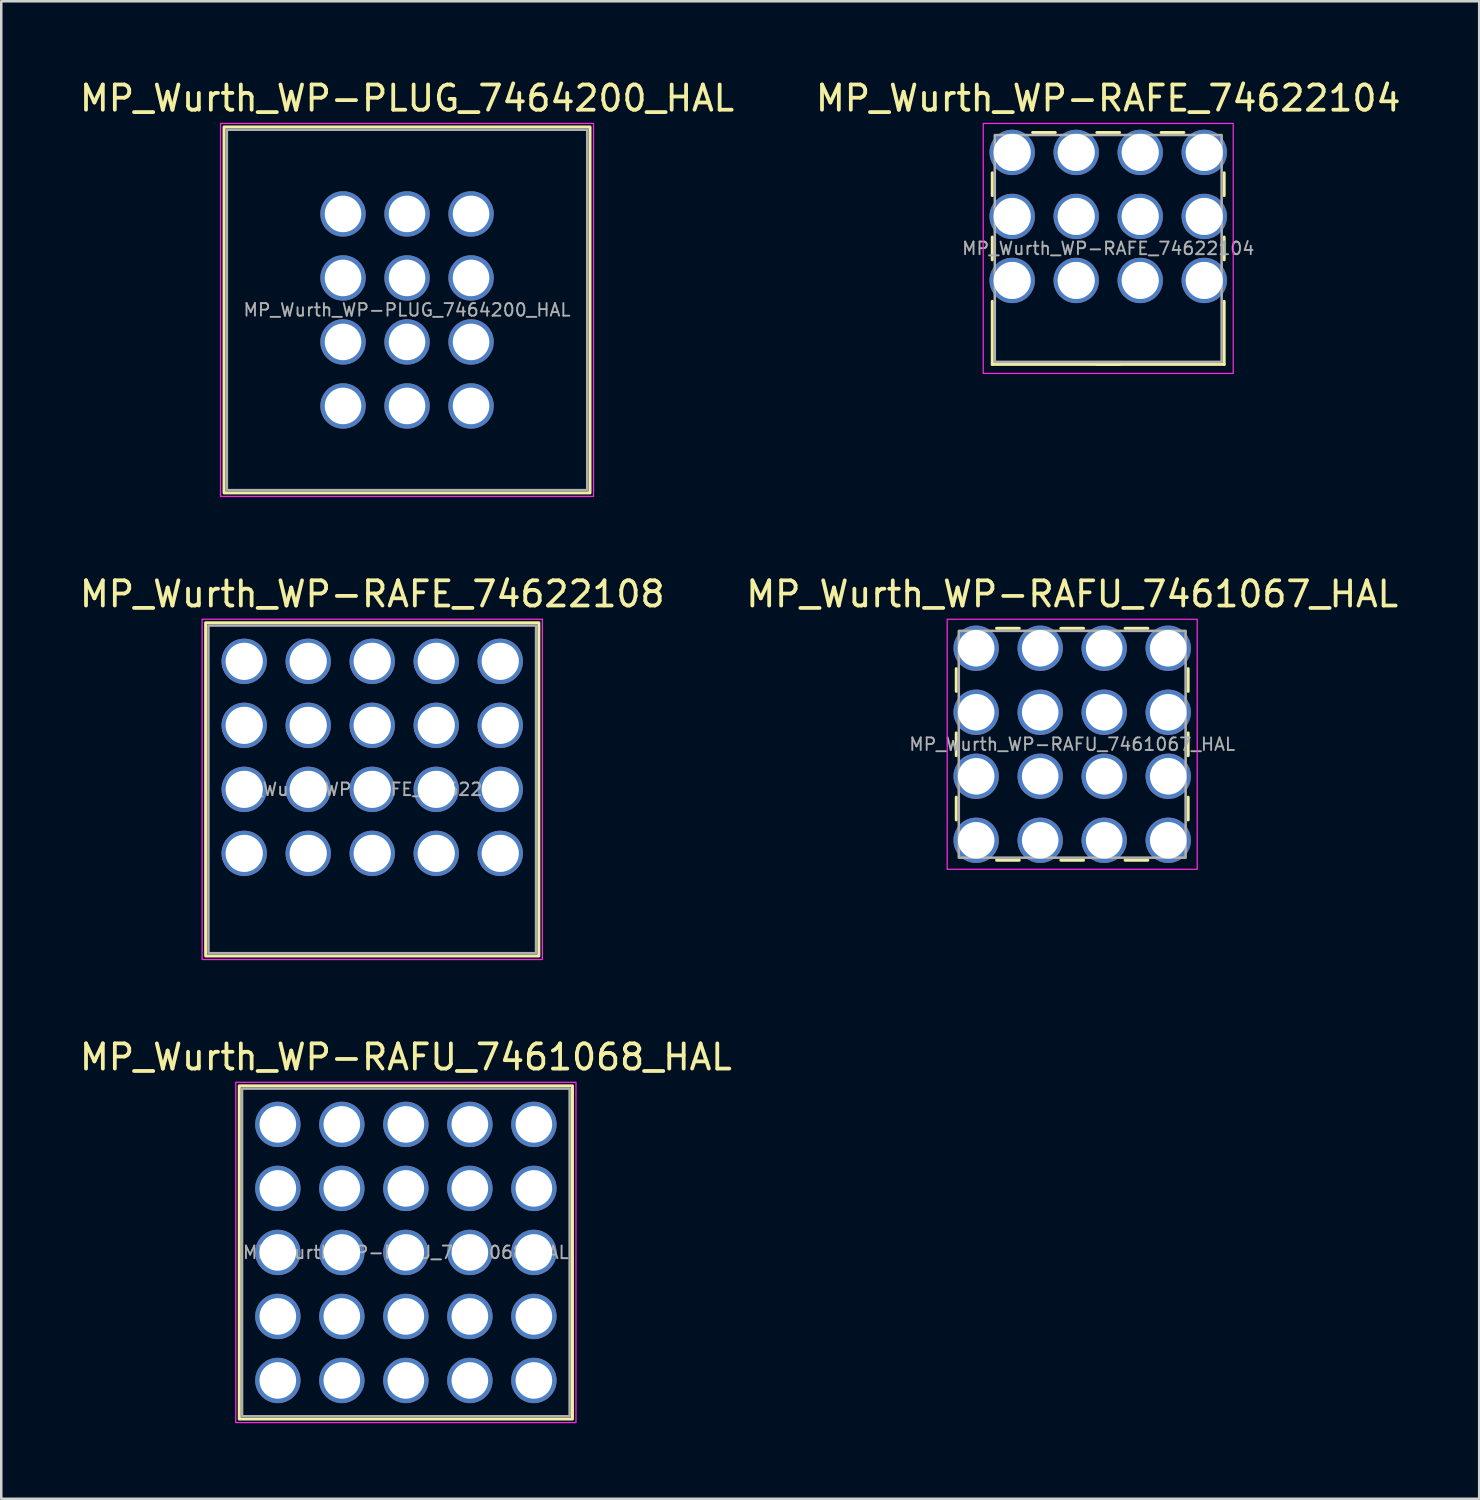
<source format=kicad_pcb>
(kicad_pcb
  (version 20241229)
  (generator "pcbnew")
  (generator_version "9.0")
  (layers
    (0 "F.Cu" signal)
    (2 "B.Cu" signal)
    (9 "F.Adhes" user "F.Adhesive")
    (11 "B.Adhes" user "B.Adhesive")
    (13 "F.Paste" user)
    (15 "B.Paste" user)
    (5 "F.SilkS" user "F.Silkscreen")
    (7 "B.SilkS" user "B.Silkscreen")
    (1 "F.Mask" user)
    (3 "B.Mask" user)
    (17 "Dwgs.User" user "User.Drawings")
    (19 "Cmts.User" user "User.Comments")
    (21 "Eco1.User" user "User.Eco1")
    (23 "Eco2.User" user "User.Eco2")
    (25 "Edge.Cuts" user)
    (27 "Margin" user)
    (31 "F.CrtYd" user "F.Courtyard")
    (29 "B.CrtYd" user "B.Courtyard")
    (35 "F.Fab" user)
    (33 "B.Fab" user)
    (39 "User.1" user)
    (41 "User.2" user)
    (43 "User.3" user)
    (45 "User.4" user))
  (footprint "MP_Wurth_WP-RAFU_7461067_HAL"
    (layer "F.Cu")
    (at 39.494 26.482)
    (property "Reference" "MP_Wurth_WP-RAFU_7461067_HAL" (at 0 -5.96 0) (unlocked yes) (layer "F.SilkS") (effects (font (size 1 1) (thickness 0.15))))
    (attr through_hole)
    (fp_line (start -4.6 -2.1) (end -4.6 -3) (stroke (width 0.12) (type solid)) (layer "F.SilkS"))
    (fp_line (start -4.6 0.45) (end -4.6 -0.45) (stroke (width 0.12) (type solid)) (layer "F.SilkS"))
    (fp_line (start -4.6 3) (end -4.6 2.1) (stroke (width 0.12) (type solid)) (layer "F.SilkS"))
    (fp_line (start -3 -4.6) (end -2.1 -4.6) (stroke (width 0.12) (type solid)) (layer "F.SilkS"))
    (fp_line (start -2.1 4.6) (end -3 4.6) (stroke (width 0.12) (type solid)) (layer "F.SilkS"))
    (fp_line (start -0.45 -4.6) (end 0.45 -4.6) (stroke (width 0.12) (type solid)) (layer "F.SilkS"))
    (fp_line (start 0.45 4.6) (end -0.45 4.6) (stroke (width 0.12) (type solid)) (layer "F.SilkS"))
    (fp_line (start 2.1 -4.6) (end 3 -4.6) (stroke (width 0.12) (type solid)) (layer "F.SilkS"))
    (fp_line (start 3 4.6) (end 2.1 4.6) (stroke (width 0.12) (type solid)) (layer "F.SilkS"))
    (fp_line (start 4.6 -3) (end 4.6 -2.1) (stroke (width 0.12) (type solid)) (layer "F.SilkS"))
    (fp_line (start 4.6 -0.45) (end 4.6 0.45) (stroke (width 0.12) (type solid)) (layer "F.SilkS"))
    (fp_line (start 4.6 2.1) (end 4.6 3) (stroke (width 0.12) (type solid)) (layer "F.SilkS"))
    (fp_rect (start -4.96 -4.96) (end 4.96 4.96) (stroke (width 0.05) (type solid)) (fill no) (layer "F.CrtYd"))
    (fp_rect (start -4.5 -4.5) (end 4.5 4.5) (stroke (width 0.1) (type solid)) (fill no) (layer "F.Fab"))
    (fp_text user "${REFERENCE}" (at 0 0 0) (unlocked yes) (layer "F.Fab") (effects (font (size 0.5 0.5) (thickness 0.075))))
    (pad "1" thru_hole circle (at -3.81 -3.81) (size 1.8 1.8) (drill 1.45) (layers "*.Cu" "*.Mask"))
    (pad "1" thru_hole circle (at -3.81 -1.27) (size 1.8 1.8) (drill 1.45) (layers "*.Cu" "*.Mask"))
    (pad "1" thru_hole circle (at -3.81 1.27) (size 1.8 1.8) (drill 1.45) (layers "*.Cu" "*.Mask"))
    (pad "1" thru_hole circle (at -3.81 3.81) (size 1.8 1.8) (drill 1.45) (layers "*.Cu" "*.Mask"))
    (pad "1" thru_hole circle (at -1.27 -3.81) (size 1.8 1.8) (drill 1.45) (layers "*.Cu" "*.Mask"))
    (pad "1" thru_hole circle (at -1.27 -1.27) (size 1.8 1.8) (drill 1.45) (layers "*.Cu" "*.Mask"))
    (pad "1" thru_hole circle (at -1.27 1.27) (size 1.8 1.8) (drill 1.45) (layers "*.Cu" "*.Mask"))
    (pad "1" thru_hole circle (at -1.27 3.81) (size 1.8 1.8) (drill 1.45) (layers "*.Cu" "*.Mask"))
    (pad "1" thru_hole circle (at 1.27 -3.81) (size 1.8 1.8) (drill 1.45) (layers "*.Cu" "*.Mask"))
    (pad "1" thru_hole circle (at 1.27 -1.27) (size 1.8 1.8) (drill 1.45) (layers "*.Cu" "*.Mask"))
    (pad "1" thru_hole circle (at 1.27 1.27) (size 1.8 1.8) (drill 1.45) (layers "*.Cu" "*.Mask"))
    (pad "1" thru_hole circle (at 1.27 3.81) (size 1.8 1.8) (drill 1.45) (layers "*.Cu" "*.Mask"))
    (pad "1" thru_hole circle (at 3.81 -3.81) (size 1.8 1.8) (drill 1.45) (layers "*.Cu" "*.Mask"))
    (pad "1" thru_hole circle (at 3.81 -1.27) (size 1.8 1.8) (drill 1.45) (layers "*.Cu" "*.Mask"))
    (pad "1" thru_hole circle (at 3.81 1.27) (size 1.8 1.8) (drill 1.45) (layers "*.Cu" "*.Mask"))
    (pad "1" thru_hole circle (at 3.81 3.81) (size 1.8 1.8) (drill 1.45) (layers "*.Cu" "*.Mask")))
  (footprint "MP_Wurth_WP-RAFE_74622104"
    (layer "F.Cu")
    (at 40.923 6.808)
    (property "Reference" "MP_Wurth_WP-RAFE_74622104" (at 0 -5.96 0) (unlocked yes) (layer "F.SilkS") (effects (font (size 1 1) (thickness 0.15))))
    (attr through_hole)
    (fp_line (start -4.6 -2.1) (end -4.6 -3) (stroke (width 0.12) (type solid)) (layer "F.SilkS"))
    (fp_line (start -4.6 0.45) (end -4.6 -0.45) (stroke (width 0.12) (type solid)) (layer "F.SilkS"))
    (fp_line (start -4.6 4.6) (end -4.6 2.1) (stroke (width 0.12) (type solid)) (layer "F.SilkS"))
    (fp_line (start -3 -4.6) (end -2.1 -4.6) (stroke (width 0.12) (type solid)) (layer "F.SilkS"))
    (fp_line (start -0.45 -4.6) (end 0.45 -4.6) (stroke (width 0.12) (type solid)) (layer "F.SilkS"))
    (fp_line (start 0.45 4.6) (end -0.45 4.6) (stroke (width 0.12) (type solid)) (layer "F.SilkS"))
    (fp_line (start 2.1 -4.6) (end 3 -4.6) (stroke (width 0.12) (type solid)) (layer "F.SilkS"))
    (fp_line (start 4.6 -3) (end 4.6 -2.1) (stroke (width 0.12) (type solid)) (layer "F.SilkS"))
    (fp_line (start 4.6 -0.45) (end 4.6 0.45) (stroke (width 0.12) (type solid)) (layer "F.SilkS"))
    (fp_line (start 4.6 2.1) (end 4.6 4.6) (stroke (width 0.12) (type solid)) (layer "F.SilkS"))
    (fp_line (start 4.6 4.6) (end -4.6 4.6) (stroke (width 0.12) (type solid)) (layer "F.SilkS"))
    (fp_rect (start -4.96 -4.96) (end 4.96 4.96) (stroke (width 0.05) (type solid)) (fill no) (layer "F.CrtYd"))
    (fp_rect (start -4.5 -4.5) (end 4.5 4.5) (stroke (width 0.1) (type solid)) (fill no) (layer "F.Fab"))
    (fp_text user "${REFERENCE}" (at 0 0 0) (unlocked yes) (layer "F.Fab") (effects (font (size 0.5 0.5) (thickness 0.075))))
    (pad "1" thru_hole circle (at -3.81 -3.81) (size 1.8 1.8) (drill 1.475) (layers "*.Cu" "*.Mask"))
    (pad "1" thru_hole circle (at -3.81 -1.27) (size 1.8 1.8) (drill 1.475) (layers "*.Cu" "*.Mask"))
    (pad "1" thru_hole circle (at -3.81 1.27) (size 1.8 1.8) (drill 1.475) (layers "*.Cu" "*.Mask"))
    (pad "1" thru_hole circle (at -1.27 -3.81) (size 1.8 1.8) (drill 1.475) (layers "*.Cu" "*.Mask"))
    (pad "1" thru_hole circle (at -1.27 -1.27) (size 1.8 1.8) (drill 1.475) (layers "*.Cu" "*.Mask"))
    (pad "1" thru_hole circle (at -1.27 1.27) (size 1.8 1.8) (drill 1.475) (layers "*.Cu" "*.Mask"))
    (pad "1" thru_hole circle (at 1.27 -3.81) (size 1.8 1.8) (drill 1.475) (layers "*.Cu" "*.Mask"))
    (pad "1" thru_hole circle (at 1.27 -1.27) (size 1.8 1.8) (drill 1.475) (layers "*.Cu" "*.Mask"))
    (pad "1" thru_hole circle (at 1.27 1.27) (size 1.8 1.8) (drill 1.475) (layers "*.Cu" "*.Mask"))
    (pad "1" thru_hole circle (at 3.81 -3.81) (size 1.8 1.8) (drill 1.475) (layers "*.Cu" "*.Mask"))
    (pad "1" thru_hole circle (at 3.81 -1.27) (size 1.8 1.8) (drill 1.475) (layers "*.Cu" "*.Mask"))
    (pad "1" thru_hole circle (at 3.81 1.27) (size 1.8 1.8) (drill 1.475) (layers "*.Cu" "*.Mask")))
  (footprint "MP_Wurth_WP-RAFE_74622108"
    (layer "F.Cu")
    (at 11.72 28.271)
    (property "Reference" "MP_Wurth_WP-RAFE_74622108" (at 0 -7.75 0) (unlocked yes) (layer "F.SilkS") (effects (font (size 1 1) (thickness 0.15))))
    (attr through_hole)
    (fp_rect (start -6.61 -6.61) (end 6.61 6.61) (stroke (width 0.12) (type solid)) (fill no) (layer "F.SilkS"))
    (fp_rect (start -6.75 -6.75) (end 6.75 6.75) (stroke (width 0.05) (type solid)) (fill no) (layer "F.CrtYd"))
    (fp_rect (start -6.5 -6.5) (end 6.5 6.5) (stroke (width 0.1) (type solid)) (fill no) (layer "F.Fab"))
    (fp_text user "${REFERENCE}" (at 0 0 0) (unlocked yes) (layer "F.Fab") (effects (font (size 0.5 0.5) (thickness 0.075))))
    (pad "1" thru_hole circle (at -5.08 -5.08) (size 1.8 1.8) (drill 1.475) (layers "*.Cu" "*.Mask"))
    (pad "1" thru_hole circle (at -5.08 -2.54) (size 1.8 1.8) (drill 1.475) (layers "*.Cu" "*.Mask"))
    (pad "1" thru_hole circle (at -5.08 0) (size 1.8 1.8) (drill 1.475) (layers "*.Cu" "*.Mask"))
    (pad "1" thru_hole circle (at -5.08 2.54) (size 1.8 1.8) (drill 1.475) (layers "*.Cu" "*.Mask"))
    (pad "1" thru_hole circle (at -2.54 -5.08) (size 1.8 1.8) (drill 1.475) (layers "*.Cu" "*.Mask"))
    (pad "1" thru_hole circle (at -2.54 -2.54) (size 1.8 1.8) (drill 1.475) (layers "*.Cu" "*.Mask"))
    (pad "1" thru_hole circle (at -2.54 0) (size 1.8 1.8) (drill 1.475) (layers "*.Cu" "*.Mask"))
    (pad "1" thru_hole circle (at -2.54 2.54) (size 1.8 1.8) (drill 1.475) (layers "*.Cu" "*.Mask"))
    (pad "1" thru_hole circle (at 0 -5.08) (size 1.8 1.8) (drill 1.475) (layers "*.Cu" "*.Mask"))
    (pad "1" thru_hole circle (at 0 -2.54) (size 1.8 1.8) (drill 1.475) (layers "*.Cu" "*.Mask"))
    (pad "1" thru_hole circle (at 0 0) (size 1.8 1.8) (drill 1.475) (layers "*.Cu" "*.Mask"))
    (pad "1" thru_hole circle (at 0 2.54) (size 1.8 1.8) (drill 1.475) (layers "*.Cu" "*.Mask"))
    (pad "1" thru_hole circle (at 2.54 -5.08) (size 1.8 1.8) (drill 1.475) (layers "*.Cu" "*.Mask"))
    (pad "1" thru_hole circle (at 2.54 -2.54) (size 1.8 1.8) (drill 1.475) (layers "*.Cu" "*.Mask"))
    (pad "1" thru_hole circle (at 2.54 0) (size 1.8 1.8) (drill 1.475) (layers "*.Cu" "*.Mask"))
    (pad "1" thru_hole circle (at 2.54 2.54) (size 1.8 1.8) (drill 1.475) (layers "*.Cu" "*.Mask"))
    (pad "1" thru_hole circle (at 5.08 -5.08) (size 1.8 1.8) (drill 1.475) (layers "*.Cu" "*.Mask"))
    (pad "1" thru_hole circle (at 5.08 -2.54) (size 1.8 1.8) (drill 1.475) (layers "*.Cu" "*.Mask"))
    (pad "1" thru_hole circle (at 5.08 0) (size 1.8 1.8) (drill 1.475) (layers "*.Cu" "*.Mask"))
    (pad "1" thru_hole circle (at 5.08 2.54) (size 1.8 1.8) (drill 1.475) (layers "*.Cu" "*.Mask")))
  (footprint "MP_Wurth_WP-PLUG_7464200_HAL"
    (layer "F.Cu")
    (at 13.101 9.248)
    (property "Reference" "MP_Wurth_WP-PLUG_7464200_HAL" (at 0 -8.4 0) (unlocked yes) (layer "F.SilkS") (effects (font (size 1 1) (thickness 0.15))))
    (attr through_hole)
    (fp_rect (start -7.26 -7.26) (end 7.26 7.26) (stroke (width 0.12) (type solid)) (fill no) (layer "F.SilkS"))
    (fp_rect (start -7.4 -7.4) (end 7.4 7.4) (stroke (width 0.05) (type solid)) (fill no) (layer "F.CrtYd"))
    (fp_rect (start -7.15 -7.15) (end 7.15 7.15) (stroke (width 0.1) (type solid)) (fill no) (layer "F.Fab"))
    (fp_text user "${REFERENCE}" (at 0 0 0) (unlocked yes) (layer "F.Fab") (effects (font (size 0.5 0.5) (thickness 0.075))))
    (pad "1" thru_hole circle (at -2.54 -3.81) (size 1.8 1.8) (drill 1.45) (layers "*.Cu" "*.Mask"))
    (pad "1" thru_hole circle (at -2.54 -1.27) (size 1.8 1.8) (drill 1.45) (layers "*.Cu" "*.Mask"))
    (pad "1" thru_hole circle (at -2.54 1.27) (size 1.8 1.8) (drill 1.45) (layers "*.Cu" "*.Mask"))
    (pad "1" thru_hole circle (at -2.54 3.81) (size 1.8 1.8) (drill 1.45) (layers "*.Cu" "*.Mask"))
    (pad "1" thru_hole circle (at 0 -3.81) (size 1.8 1.8) (drill 1.45) (layers "*.Cu" "*.Mask"))
    (pad "1" thru_hole circle (at 0 -1.27) (size 1.8 1.8) (drill 1.45) (layers "*.Cu" "*.Mask"))
    (pad "1" thru_hole circle (at 0 1.27) (size 1.8 1.8) (drill 1.45) (layers "*.Cu" "*.Mask"))
    (pad "1" thru_hole circle (at 0 3.81) (size 1.8 1.8) (drill 1.45) (layers "*.Cu" "*.Mask"))
    (pad "1" thru_hole circle (at 2.54 -3.81) (size 1.8 1.8) (drill 1.45) (layers "*.Cu" "*.Mask"))
    (pad "1" thru_hole circle (at 2.54 -1.27) (size 1.8 1.8) (drill 1.45) (layers "*.Cu" "*.Mask"))
    (pad "1" thru_hole circle (at 2.54 1.27) (size 1.8 1.8) (drill 1.45) (layers "*.Cu" "*.Mask"))
    (pad "1" thru_hole circle (at 2.54 3.81) (size 1.8 1.8) (drill 1.45) (layers "*.Cu" "*.Mask")))
  (footprint "MP_Wurth_WP-RAFU_7461068_HAL"
    (layer "F.Cu")
    (at 13.054 46.645)
    (property "Reference" "MP_Wurth_WP-RAFU_7461068_HAL" (at 0 -7.75 0) (unlocked yes) (layer "F.SilkS") (effects (font (size 1 1) (thickness 0.15))))
    (attr through_hole)
    (fp_rect (start -6.61 -6.61) (end 6.61 6.61) (stroke (width 0.12) (type solid)) (fill no) (layer "F.SilkS"))
    (fp_rect (start -6.75 -6.75) (end 6.75 6.75) (stroke (width 0.05) (type solid)) (fill no) (layer "F.CrtYd"))
    (fp_rect (start -6.5 -6.5) (end 6.5 6.5) (stroke (width 0.1) (type solid)) (fill no) (layer "F.Fab"))
    (fp_text user "${REFERENCE}" (at 0 0 0) (unlocked yes) (layer "F.Fab") (effects (font (size 0.5 0.5) (thickness 0.075))))
    (pad "1" thru_hole circle (at -5.08 -5.08) (size 1.8 1.8) (drill 1.45) (layers "*.Cu" "*.Mask"))
    (pad "1" thru_hole circle (at -5.08 -2.54) (size 1.8 1.8) (drill 1.45) (layers "*.Cu" "*.Mask"))
    (pad "1" thru_hole circle (at -5.08 0) (size 1.8 1.8) (drill 1.45) (layers "*.Cu" "*.Mask"))
    (pad "1" thru_hole circle (at -5.08 2.54) (size 1.8 1.8) (drill 1.45) (layers "*.Cu" "*.Mask"))
    (pad "1" thru_hole circle (at -5.08 5.08) (size 1.8 1.8) (drill 1.45) (layers "*.Cu" "*.Mask"))
    (pad "1" thru_hole circle (at -2.54 -5.08) (size 1.8 1.8) (drill 1.45) (layers "*.Cu" "*.Mask"))
    (pad "1" thru_hole circle (at -2.54 -2.54) (size 1.8 1.8) (drill 1.45) (layers "*.Cu" "*.Mask"))
    (pad "1" thru_hole circle (at -2.54 0) (size 1.8 1.8) (drill 1.45) (layers "*.Cu" "*.Mask"))
    (pad "1" thru_hole circle (at -2.54 2.54) (size 1.8 1.8) (drill 1.45) (layers "*.Cu" "*.Mask"))
    (pad "1" thru_hole circle (at -2.54 5.08) (size 1.8 1.8) (drill 1.45) (layers "*.Cu" "*.Mask"))
    (pad "1" thru_hole circle (at 0 -5.08) (size 1.8 1.8) (drill 1.45) (layers "*.Cu" "*.Mask"))
    (pad "1" thru_hole circle (at 0 -2.54) (size 1.8 1.8) (drill 1.45) (layers "*.Cu" "*.Mask"))
    (pad "1" thru_hole circle (at 0 0) (size 1.8 1.8) (drill 1.45) (layers "*.Cu" "*.Mask"))
    (pad "1" thru_hole circle (at 0 2.54) (size 1.8 1.8) (drill 1.45) (layers "*.Cu" "*.Mask"))
    (pad "1" thru_hole circle (at 0 5.08) (size 1.8 1.8) (drill 1.45) (layers "*.Cu" "*.Mask"))
    (pad "1" thru_hole circle (at 2.54 -5.08) (size 1.8 1.8) (drill 1.45) (layers "*.Cu" "*.Mask"))
    (pad "1" thru_hole circle (at 2.54 -2.54) (size 1.8 1.8) (drill 1.45) (layers "*.Cu" "*.Mask"))
    (pad "1" thru_hole circle (at 2.54 0) (size 1.8 1.8) (drill 1.45) (layers "*.Cu" "*.Mask"))
    (pad "1" thru_hole circle (at 2.54 2.54) (size 1.8 1.8) (drill 1.45) (layers "*.Cu" "*.Mask"))
    (pad "1" thru_hole circle (at 2.54 5.08) (size 1.8 1.8) (drill 1.45) (layers "*.Cu" "*.Mask"))
    (pad "1" thru_hole circle (at 5.08 -5.08) (size 1.8 1.8) (drill 1.45) (layers "*.Cu" "*.Mask"))
    (pad "1" thru_hole circle (at 5.08 -2.54) (size 1.8 1.8) (drill 1.45) (layers "*.Cu" "*.Mask"))
    (pad "1" thru_hole circle (at 5.08 0) (size 1.8 1.8) (drill 1.45) (layers "*.Cu" "*.Mask"))
    (pad "1" thru_hole circle (at 5.08 2.54) (size 1.8 1.8) (drill 1.45) (layers "*.Cu" "*.Mask"))
    (pad "1" thru_hole circle (at 5.08 5.08) (size 1.8 1.8) (drill 1.45) (layers "*.Cu" "*.Mask")))
  (gr_rect
    (start -3 -3)
    (end 55.643 56.42)
    (stroke (width 0.1) (type default))
    (fill no)
    (layer "Edge.Cuts")))
</source>
